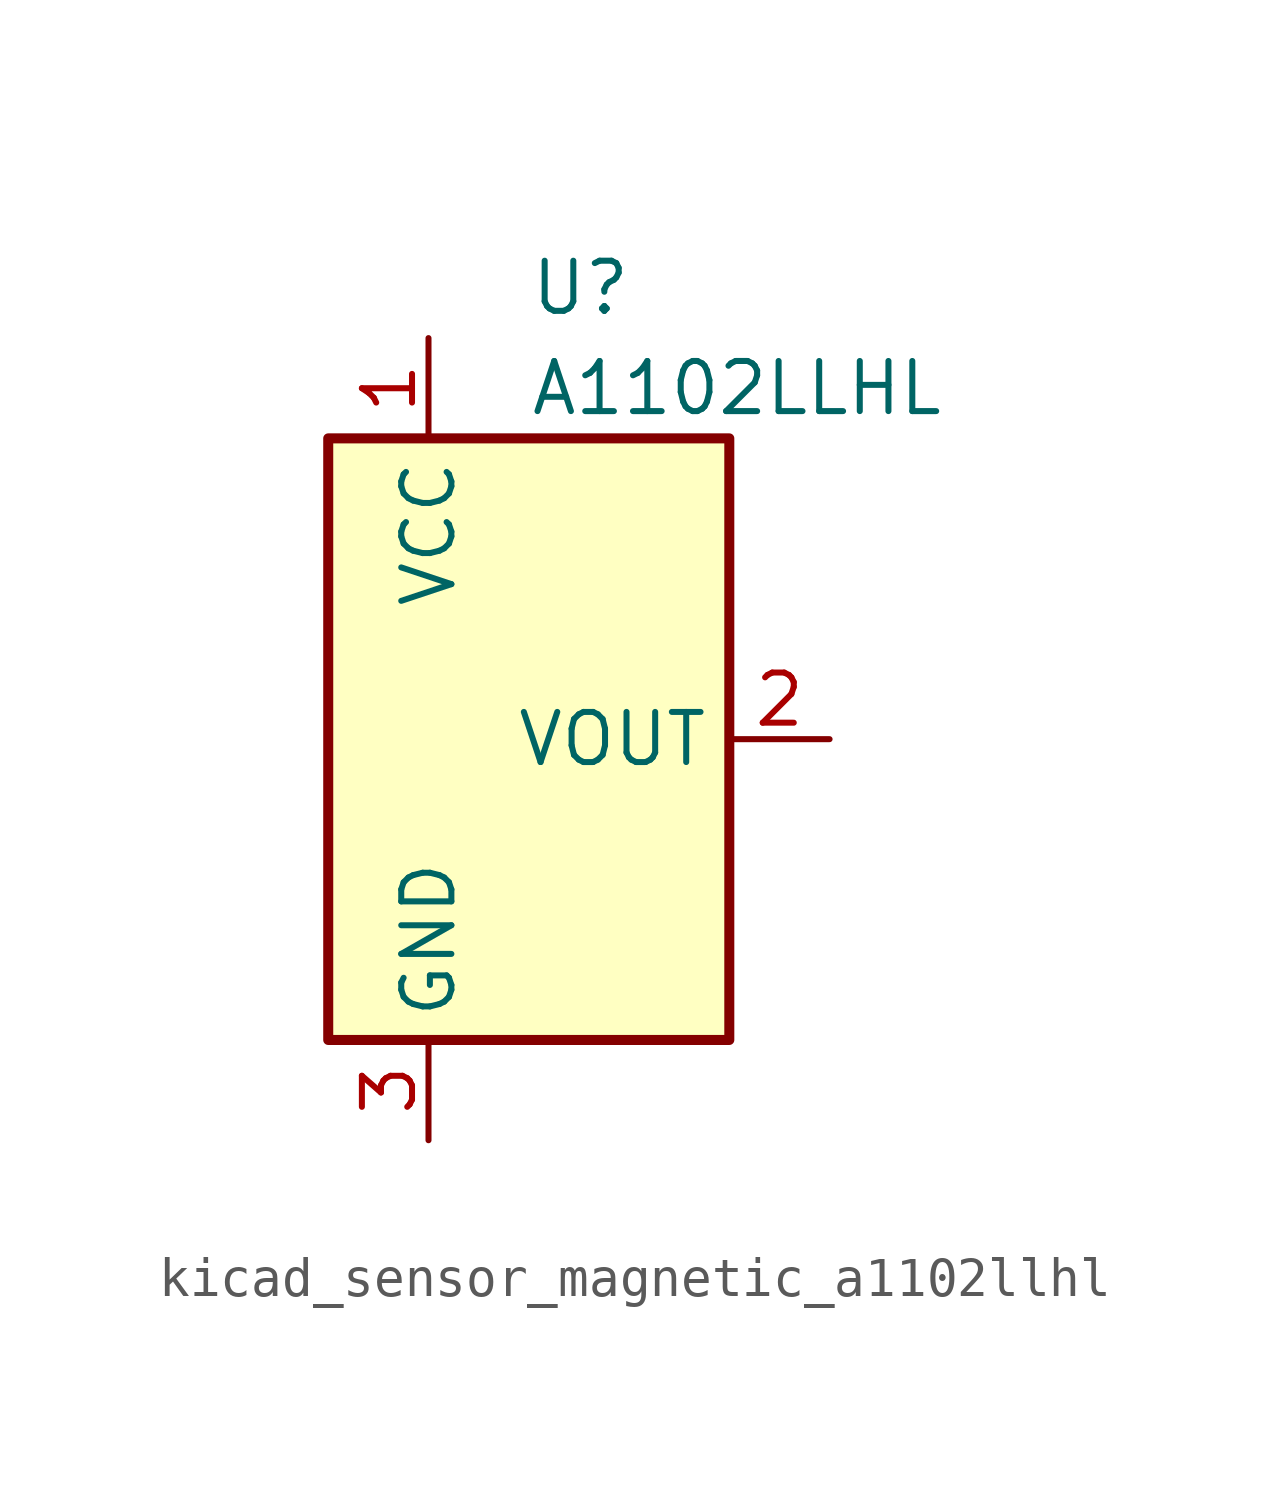
<source format=kicad_sym>
(kicad_symbol_lib
  (version 20220914)
  (generator kicad_symbol_editor)
  (symbol "kicad_sensor_magnetic_a1102llhl"
    (property "Reference" "U"
      (at 0 11.43 0)
      (effects (font (size 1.27 1.27)) (justify left)))
    (property "Value" "A1102LLHL"
      (at 0 8.89 0)
      (effects (font (size 1.27 1.27)) (justify left)))
    (symbol "kicad_sensor_magnetic_a1102llhl_0_1"
      (rectangle (start -5.08 7.62) (end 5.08 -7.62) (stroke (width 0.254) (type default)) (fill (type background))))
    (symbol "kicad_sensor_magnetic_a1102llhl_1_1"
      (pin power_in line (at -2.54 10.16 270) (length 2.54) (name "VCC" (effects (font (size 1.27 1.27)))) (number "1" (effects (font (size 1.27 1.27)))))
      (pin open_collector line (at 7.62 0 180) (length 2.54) (name "VOUT" (effects (font (size 1.27 1.27)))) (number "2" (effects (font (size 1.27 1.27)))))
      (pin power_in line (at -2.54 -10.16 90) (length 2.54) (name "GND" (effects (font (size 1.27 1.27)))) (number "3" (effects (font (size 1.27 1.27))))))))
</source>
